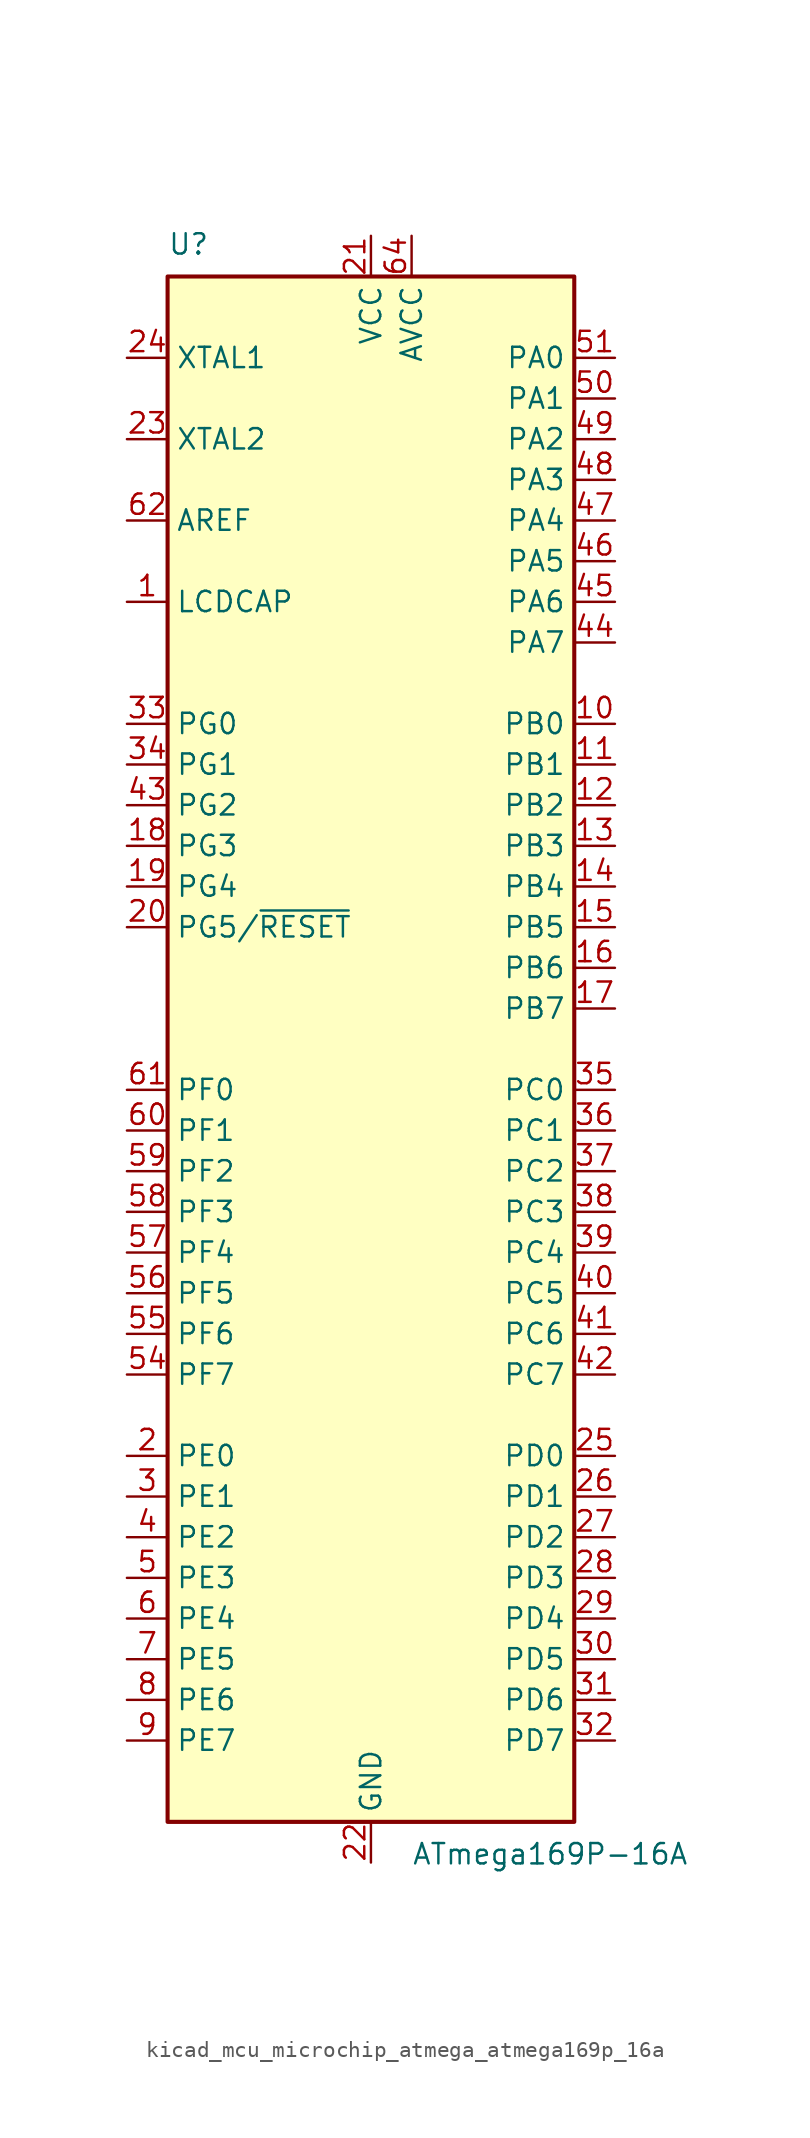
<source format=kicad_sym>
(kicad_symbol_lib
  (version 20220914)
  (generator kicad_symbol_editor)
  (symbol "kicad_mcu_microchip_atmega_atmega169p_16a"
    (property "Reference" "U"
      (at -12.7 49.53 0)
      (effects (font (size 1.27 1.27)) (justify left bottom)))
    (property "Value" "ATmega169P-16A"
      (at 2.54 -49.53 0)
      (effects (font (size 1.27 1.27)) (justify left top)))
    (symbol "kicad_mcu_microchip_atmega_atmega169p_16a_0_1"
      (rectangle (start -12.7 -48.26) (end 12.7 48.26) (stroke (width 0.254) (type default)) (fill (type background))))
    (symbol "kicad_mcu_microchip_atmega_atmega169p_16a_1_1"
      (pin passive line (at -15.24 27.94 0) (length 2.54) (name "LCDCAP" (effects (font (size 1.27 1.27)))) (number "1" (effects (font (size 1.27 1.27)))))
      (pin bidirectional line (at 15.24 20.32 180) (length 2.54) (name "PB0" (effects (font (size 1.27 1.27)))) (number "10" (effects (font (size 1.27 1.27)))))
      (pin bidirectional line (at 15.24 17.78 180) (length 2.54) (name "PB1" (effects (font (size 1.27 1.27)))) (number "11" (effects (font (size 1.27 1.27)))))
      (pin bidirectional line (at 15.24 15.24 180) (length 2.54) (name "PB2" (effects (font (size 1.27 1.27)))) (number "12" (effects (font (size 1.27 1.27)))))
      (pin bidirectional line (at 15.24 12.7 180) (length 2.54) (name "PB3" (effects (font (size 1.27 1.27)))) (number "13" (effects (font (size 1.27 1.27)))))
      (pin bidirectional line (at 15.24 10.16 180) (length 2.54) (name "PB4" (effects (font (size 1.27 1.27)))) (number "14" (effects (font (size 1.27 1.27)))))
      (pin bidirectional line (at 15.24 7.62 180) (length 2.54) (name "PB5" (effects (font (size 1.27 1.27)))) (number "15" (effects (font (size 1.27 1.27)))))
      (pin bidirectional line (at 15.24 5.08 180) (length 2.54) (name "PB6" (effects (font (size 1.27 1.27)))) (number "16" (effects (font (size 1.27 1.27)))))
      (pin bidirectional line (at 15.24 2.54 180) (length 2.54) (name "PB7" (effects (font (size 1.27 1.27)))) (number "17" (effects (font (size 1.27 1.27)))))
      (pin bidirectional line (at -15.24 12.7 0) (length 2.54) (name "PG3" (effects (font (size 1.27 1.27)))) (number "18" (effects (font (size 1.27 1.27)))))
      (pin bidirectional line (at -15.24 10.16 0) (length 2.54) (name "PG4" (effects (font (size 1.27 1.27)))) (number "19" (effects (font (size 1.27 1.27)))))
      (pin bidirectional line (at -15.24 -25.4 0) (length 2.54) (name "PE0" (effects (font (size 1.27 1.27)))) (number "2" (effects (font (size 1.27 1.27)))))
      (pin bidirectional line (at -15.24 7.62 0) (length 2.54) (name "PG5/~{RESET}" (effects (font (size 1.27 1.27)))) (number "20" (effects (font (size 1.27 1.27)))))
      (pin power_in line (at 0 50.8 270) (length 2.54) (name "VCC" (effects (font (size 1.27 1.27)))) (number "21" (effects (font (size 1.27 1.27)))))
      (pin power_in line (at 0 -50.8 90) (length 2.54) (name "GND" (effects (font (size 1.27 1.27)))) (number "22" (effects (font (size 1.27 1.27)))))
      (pin output line (at -15.24 38.1 0) (length 2.54) (name "XTAL2" (effects (font (size 1.27 1.27)))) (number "23" (effects (font (size 1.27 1.27)))))
      (pin input line (at -15.24 43.18 0) (length 2.54) (name "XTAL1" (effects (font (size 1.27 1.27)))) (number "24" (effects (font (size 1.27 1.27)))))
      (pin bidirectional line (at 15.24 -25.4 180) (length 2.54) (name "PD0" (effects (font (size 1.27 1.27)))) (number "25" (effects (font (size 1.27 1.27)))))
      (pin bidirectional line (at 15.24 -27.94 180) (length 2.54) (name "PD1" (effects (font (size 1.27 1.27)))) (number "26" (effects (font (size 1.27 1.27)))))
      (pin bidirectional line (at 15.24 -30.48 180) (length 2.54) (name "PD2" (effects (font (size 1.27 1.27)))) (number "27" (effects (font (size 1.27 1.27)))))
      (pin bidirectional line (at 15.24 -33.02 180) (length 2.54) (name "PD3" (effects (font (size 1.27 1.27)))) (number "28" (effects (font (size 1.27 1.27)))))
      (pin bidirectional line (at 15.24 -35.56 180) (length 2.54) (name "PD4" (effects (font (size 1.27 1.27)))) (number "29" (effects (font (size 1.27 1.27)))))
      (pin bidirectional line (at -15.24 -27.94 0) (length 2.54) (name "PE1" (effects (font (size 1.27 1.27)))) (number "3" (effects (font (size 1.27 1.27)))))
      (pin bidirectional line (at 15.24 -38.1 180) (length 2.54) (name "PD5" (effects (font (size 1.27 1.27)))) (number "30" (effects (font (size 1.27 1.27)))))
      (pin bidirectional line (at 15.24 -40.64 180) (length 2.54) (name "PD6" (effects (font (size 1.27 1.27)))) (number "31" (effects (font (size 1.27 1.27)))))
      (pin bidirectional line (at 15.24 -43.18 180) (length 2.54) (name "PD7" (effects (font (size 1.27 1.27)))) (number "32" (effects (font (size 1.27 1.27)))))
      (pin bidirectional line (at -15.24 20.32 0) (length 2.54) (name "PG0" (effects (font (size 1.27 1.27)))) (number "33" (effects (font (size 1.27 1.27)))))
      (pin bidirectional line (at -15.24 17.78 0) (length 2.54) (name "PG1" (effects (font (size 1.27 1.27)))) (number "34" (effects (font (size 1.27 1.27)))))
      (pin bidirectional line (at 15.24 -2.54 180) (length 2.54) (name "PC0" (effects (font (size 1.27 1.27)))) (number "35" (effects (font (size 1.27 1.27)))))
      (pin bidirectional line (at 15.24 -5.08 180) (length 2.54) (name "PC1" (effects (font (size 1.27 1.27)))) (number "36" (effects (font (size 1.27 1.27)))))
      (pin bidirectional line (at 15.24 -7.62 180) (length 2.54) (name "PC2" (effects (font (size 1.27 1.27)))) (number "37" (effects (font (size 1.27 1.27)))))
      (pin bidirectional line (at 15.24 -10.16 180) (length 2.54) (name "PC3" (effects (font (size 1.27 1.27)))) (number "38" (effects (font (size 1.27 1.27)))))
      (pin bidirectional line (at 15.24 -12.7 180) (length 2.54) (name "PC4" (effects (font (size 1.27 1.27)))) (number "39" (effects (font (size 1.27 1.27)))))
      (pin bidirectional line (at -15.24 -30.48 0) (length 2.54) (name "PE2" (effects (font (size 1.27 1.27)))) (number "4" (effects (font (size 1.27 1.27)))))
      (pin bidirectional line (at 15.24 -15.24 180) (length 2.54) (name "PC5" (effects (font (size 1.27 1.27)))) (number "40" (effects (font (size 1.27 1.27)))))
      (pin bidirectional line (at 15.24 -17.78 180) (length 2.54) (name "PC6" (effects (font (size 1.27 1.27)))) (number "41" (effects (font (size 1.27 1.27)))))
      (pin bidirectional line (at 15.24 -20.32 180) (length 2.54) (name "PC7" (effects (font (size 1.27 1.27)))) (number "42" (effects (font (size 1.27 1.27)))))
      (pin bidirectional line (at -15.24 15.24 0) (length 2.54) (name "PG2" (effects (font (size 1.27 1.27)))) (number "43" (effects (font (size 1.27 1.27)))))
      (pin bidirectional line (at 15.24 25.4 180) (length 2.54) (name "PA7" (effects (font (size 1.27 1.27)))) (number "44" (effects (font (size 1.27 1.27)))))
      (pin bidirectional line (at 15.24 27.94 180) (length 2.54) (name "PA6" (effects (font (size 1.27 1.27)))) (number "45" (effects (font (size 1.27 1.27)))))
      (pin bidirectional line (at 15.24 30.48 180) (length 2.54) (name "PA5" (effects (font (size 1.27 1.27)))) (number "46" (effects (font (size 1.27 1.27)))))
      (pin bidirectional line (at 15.24 33.02 180) (length 2.54) (name "PA4" (effects (font (size 1.27 1.27)))) (number "47" (effects (font (size 1.27 1.27)))))
      (pin bidirectional line (at 15.24 35.56 180) (length 2.54) (name "PA3" (effects (font (size 1.27 1.27)))) (number "48" (effects (font (size 1.27 1.27)))))
      (pin bidirectional line (at 15.24 38.1 180) (length 2.54) (name "PA2" (effects (font (size 1.27 1.27)))) (number "49" (effects (font (size 1.27 1.27)))))
      (pin bidirectional line (at -15.24 -33.02 0) (length 2.54) (name "PE3" (effects (font (size 1.27 1.27)))) (number "5" (effects (font (size 1.27 1.27)))))
      (pin bidirectional line (at 15.24 40.64 180) (length 2.54) (name "PA1" (effects (font (size 1.27 1.27)))) (number "50" (effects (font (size 1.27 1.27)))))
      (pin bidirectional line (at 15.24 43.18 180) (length 2.54) (name "PA0" (effects (font (size 1.27 1.27)))) (number "51" (effects (font (size 1.27 1.27)))))
      (pin passive line (at 0 50.8 270) (length 2.54) hide (name "VCC" (effects (font (size 1.27 1.27)))) (number "52" (effects (font (size 1.27 1.27)))))
      (pin passive line (at 0 -50.8 90) (length 2.54) hide (name "GND" (effects (font (size 1.27 1.27)))) (number "53" (effects (font (size 1.27 1.27)))))
      (pin bidirectional line (at -15.24 -20.32 0) (length 2.54) (name "PF7" (effects (font (size 1.27 1.27)))) (number "54" (effects (font (size 1.27 1.27)))))
      (pin bidirectional line (at -15.24 -17.78 0) (length 2.54) (name "PF6" (effects (font (size 1.27 1.27)))) (number "55" (effects (font (size 1.27 1.27)))))
      (pin bidirectional line (at -15.24 -15.24 0) (length 2.54) (name "PF5" (effects (font (size 1.27 1.27)))) (number "56" (effects (font (size 1.27 1.27)))))
      (pin bidirectional line (at -15.24 -12.7 0) (length 2.54) (name "PF4" (effects (font (size 1.27 1.27)))) (number "57" (effects (font (size 1.27 1.27)))))
      (pin bidirectional line (at -15.24 -10.16 0) (length 2.54) (name "PF3" (effects (font (size 1.27 1.27)))) (number "58" (effects (font (size 1.27 1.27)))))
      (pin bidirectional line (at -15.24 -7.62 0) (length 2.54) (name "PF2" (effects (font (size 1.27 1.27)))) (number "59" (effects (font (size 1.27 1.27)))))
      (pin bidirectional line (at -15.24 -35.56 0) (length 2.54) (name "PE4" (effects (font (size 1.27 1.27)))) (number "6" (effects (font (size 1.27 1.27)))))
      (pin bidirectional line (at -15.24 -5.08 0) (length 2.54) (name "PF1" (effects (font (size 1.27 1.27)))) (number "60" (effects (font (size 1.27 1.27)))))
      (pin bidirectional line (at -15.24 -2.54 0) (length 2.54) (name "PF0" (effects (font (size 1.27 1.27)))) (number "61" (effects (font (size 1.27 1.27)))))
      (pin passive line (at -15.24 33.02 0) (length 2.54) (name "AREF" (effects (font (size 1.27 1.27)))) (number "62" (effects (font (size 1.27 1.27)))))
      (pin passive line (at 0 -50.8 90) (length 2.54) hide (name "GND" (effects (font (size 1.27 1.27)))) (number "63" (effects (font (size 1.27 1.27)))))
      (pin power_in line (at 2.54 50.8 270) (length 2.54) (name "AVCC" (effects (font (size 1.27 1.27)))) (number "64" (effects (font (size 1.27 1.27)))))
      (pin bidirectional line (at -15.24 -38.1 0) (length 2.54) (name "PE5" (effects (font (size 1.27 1.27)))) (number "7" (effects (font (size 1.27 1.27)))))
      (pin bidirectional line (at -15.24 -40.64 0) (length 2.54) (name "PE6" (effects (font (size 1.27 1.27)))) (number "8" (effects (font (size 1.27 1.27)))))
      (pin bidirectional line (at -15.24 -43.18 0) (length 2.54) (name "PE7" (effects (font (size 1.27 1.27)))) (number "9" (effects (font (size 1.27 1.27))))))))
</source>
